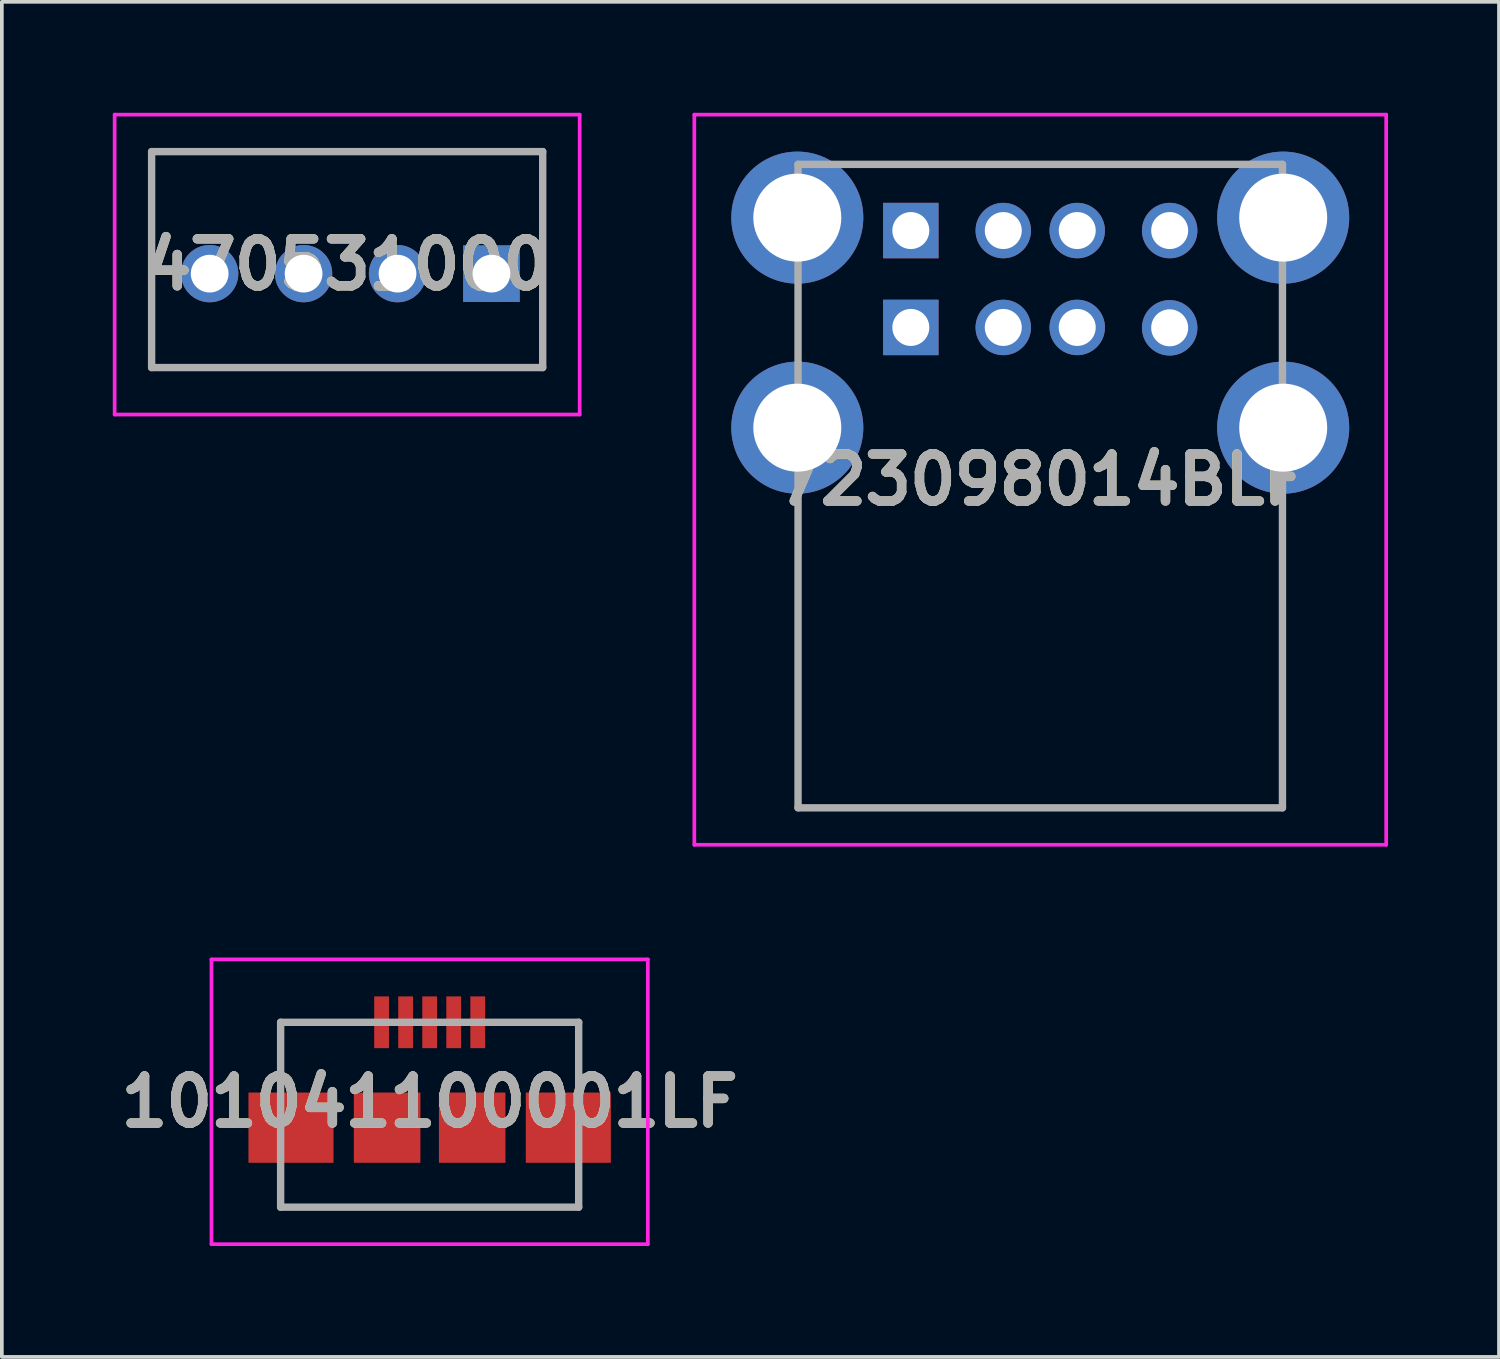
<source format=kicad_pcb>
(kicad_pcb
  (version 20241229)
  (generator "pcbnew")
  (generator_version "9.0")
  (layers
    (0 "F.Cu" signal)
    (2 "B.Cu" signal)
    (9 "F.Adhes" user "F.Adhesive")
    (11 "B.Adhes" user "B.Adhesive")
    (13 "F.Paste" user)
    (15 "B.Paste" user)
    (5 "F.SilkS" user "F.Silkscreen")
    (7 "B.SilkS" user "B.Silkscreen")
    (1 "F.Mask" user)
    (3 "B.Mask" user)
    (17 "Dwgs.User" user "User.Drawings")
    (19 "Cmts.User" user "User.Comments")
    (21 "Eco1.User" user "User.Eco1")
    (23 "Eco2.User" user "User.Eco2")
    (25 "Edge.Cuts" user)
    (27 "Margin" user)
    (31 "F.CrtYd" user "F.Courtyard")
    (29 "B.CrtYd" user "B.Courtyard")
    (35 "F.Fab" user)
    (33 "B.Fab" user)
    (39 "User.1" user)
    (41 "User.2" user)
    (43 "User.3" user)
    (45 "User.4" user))
  (footprint "723098014BLF"
    (layer "F.Cu")
    (at 21.581 3.185)
    (property "Reference" "723098014BLF" (at 3.5 6.738 0) (layer "F.SilkS") (effects (font (size 1.27 1.27) (thickness 0.254))))
    (attr through_hole)
    (fp_line (start -3.07 8.11) (end -3.07 15.61) (stroke (width 0.1) (type solid)) (layer "F.SilkS"))
    (fp_line (start -3.07 15.61) (end 10.07 15.61) (stroke (width 0.1) (type solid)) (layer "F.SilkS"))
    (fp_line (start -1 -1.79) (end 8 -1.79) (stroke (width 0.1) (type solid)) (layer "F.SilkS"))
    (fp_line (start 10.07 15.61) (end 10.07 8.11) (stroke (width 0.1) (type solid)) (layer "F.SilkS"))
    (fp_line (start -5.855 -3.135) (end 12.855 -3.135) (stroke (width 0.1) (type solid)) (layer "F.CrtYd"))
    (fp_line (start -5.855 16.61) (end -5.855 -3.135) (stroke (width 0.1) (type solid)) (layer "F.CrtYd"))
    (fp_line (start 12.855 -3.135) (end 12.855 16.61) (stroke (width 0.1) (type solid)) (layer "F.CrtYd"))
    (fp_line (start 12.855 16.61) (end -5.855 16.61) (stroke (width 0.1) (type solid)) (layer "F.CrtYd"))
    (fp_line (start -3.05 -1.79) (end -3.05 15.61) (stroke (width 0.2) (type solid)) (layer "F.Fab"))
    (fp_line (start -3.05 15.61) (end 10.05 15.61) (stroke (width 0.2) (type solid)) (layer "F.Fab"))
    (fp_line (start 10.05 -1.79) (end -3.05 -1.79) (stroke (width 0.2) (type solid)) (layer "F.Fab"))
    (fp_line (start 10.05 15.61) (end 10.05 -1.79) (stroke (width 0.2) (type solid)) (layer "F.Fab"))
    (fp_text user "${REFERENCE}" (at 3.5 6.738 0) (layer "F.Fab") (effects (font (size 1.27 1.27) (thickness 0.254))))
    (pad "A1" thru_hole rect (at 0 0) (size 1.5 1.5) (drill 1) (layers "*.Cu" "*.Mask"))
    (pad "A2" thru_hole circle (at 2.5 0) (size 1.5 1.5) (drill 1) (layers "*.Cu" "*.Mask"))
    (pad "A3" thru_hole circle (at 4.5 0) (size 1.5 1.5) (drill 1) (layers "*.Cu" "*.Mask"))
    (pad "A4" thru_hole circle (at 7 0) (size 1.5 1.5) (drill 1) (layers "*.Cu" "*.Mask"))
    (pad "B1" thru_hole rect (at 0 2.62) (size 1.5 1.5) (drill 1) (layers "*.Cu" "*.Mask"))
    (pad "B2" thru_hole circle (at 2.5 2.62) (size 1.5 1.5) (drill 1) (layers "*.Cu" "*.Mask"))
    (pad "B3" thru_hole circle (at 4.5 2.62) (size 1.5 1.5) (drill 1) (layers "*.Cu" "*.Mask"))
    (pad "B4" thru_hole circle (at 7 2.63) (size 1.5 1.5) (drill 1) (layers "*.Cu" "*.Mask"))
    (pad "MH1" thru_hole circle (at -3.07 5.33) (size 3.57 3.57) (drill 2.38) (layers "*.Cu" "*.Mask"))
    (pad "MH2" thru_hole circle (at 10.07 5.33) (size 3.57 3.57) (drill 2.38) (layers "*.Cu" "*.Mask"))
    (pad "MH3" thru_hole circle (at 10.07 -0.35) (size 3.57 3.57) (drill 2.38) (layers "*.Cu" "*.Mask"))
    (pad "MH4" thru_hole circle (at -3.07 -0.35) (size 3.57 3.57) (drill 2.38) (layers "*.Cu" "*.Mask")))
  (footprint "470531000"
    (layer "F.Cu")
    (at 10.24 4.35)
    (property "Reference" "470531000" (at -3.902 -0.245 0) (layer "F.SilkS") (effects (font (size 1.27 1.27) (thickness 0.254))))
    (attr through_hole)
    (fp_line (start -9.19 -3.3) (end 1.386 -3.3) (stroke (width 0.1) (type solid)) (layer "F.SilkS"))
    (fp_line (start -9.19 2.54) (end -9.19 -3.3) (stroke (width 0.1) (type solid)) (layer "F.SilkS"))
    (fp_line (start -9.19 2.54) (end -6.293 2.54) (stroke (width 0.1) (type solid)) (layer "F.SilkS"))
    (fp_line (start 1.386 -3.3) (end 1.386 2.54) (stroke (width 0.1) (type solid)) (layer "F.SilkS"))
    (fp_line (start 1.386 2.54) (end -3.902 2.54) (stroke (width 0.1) (type solid)) (layer "F.SilkS"))
    (fp_line (start -10.19 -4.3) (end 2.386 -4.3) (stroke (width 0.1) (type solid)) (layer "F.CrtYd"))
    (fp_line (start -10.19 3.81) (end -10.19 -4.3) (stroke (width 0.1) (type solid)) (layer "F.CrtYd"))
    (fp_line (start 2.386 -4.3) (end 2.386 3.81) (stroke (width 0.1) (type solid)) (layer "F.CrtYd"))
    (fp_line (start 2.386 3.81) (end -10.19 3.81) (stroke (width 0.1) (type solid)) (layer "F.CrtYd"))
    (fp_line (start -9.19 -3.3) (end 1.386 -3.3) (stroke (width 0.2) (type solid)) (layer "F.Fab"))
    (fp_line (start -9.19 2.54) (end -9.19 -3.3) (stroke (width 0.2) (type solid)) (layer "F.Fab"))
    (fp_line (start 1.386 -3.3) (end 1.386 2.54) (stroke (width 0.2) (type solid)) (layer "F.Fab"))
    (fp_line (start 1.386 2.54) (end -9.19 2.54) (stroke (width 0.2) (type solid)) (layer "F.Fab"))
    (fp_text user "${REFERENCE}" (at -3.902 -0.245 0) (layer "F.Fab") (effects (font (size 1.27 1.27) (thickness 0.254))))
    (pad "" np_thru_hole circle (at -5.08 2.16) (size 0.001 0.001) (drill 1.3) (layers "*.Cu" "*.Mask"))
    (pad "1" thru_hole rect (at 0 0) (size 1.53 1.53) (drill 1.02) (layers "*.Cu" "*.Mask"))
    (pad "2" thru_hole circle (at -2.54 0) (size 1.55 1.55) (drill 1.02) (layers "*.Cu" "*.Mask"))
    (pad "3" thru_hole circle (at -5.08 0) (size 1.55 1.55) (drill 1.02) (layers "*.Cu" "*.Mask"))
    (pad "4" thru_hole circle (at -7.62 0) (size 1.55 1.55) (drill 1.02) (layers "*.Cu" "*.Mask")))
  (footprint "101041100001LF"
    (layer "F.Cu")
    (at 8.569 26.745)
    (property "Reference" "101041100001LF" (at 0 0 0) (layer "F.SilkS") (effects (font (size 1.27 1.27) (thickness 0.254))))
    (attr smd)
    (fp_line (start -4.03 -2.15) (end -2 -2.15) (stroke (width 0.1) (type solid)) (layer "F.SilkS"))
    (fp_line (start -4.03 -0.65) (end -4.03 -2.15) (stroke (width 0.1) (type solid)) (layer "F.SilkS"))
    (fp_line (start -4.03 2.35) (end -4 2.85) (stroke (width 0.1) (type solid)) (layer "F.SilkS"))
    (fp_line (start -4 2.85) (end 4.03 2.85) (stroke (width 0.1) (type solid)) (layer "F.SilkS"))
    (fp_line (start 2 -2.15) (end 4 -2.15) (stroke (width 0.1) (type solid)) (layer "F.SilkS"))
    (fp_line (start 4 -2.15) (end 4.03 -0.65) (stroke (width 0.1) (type solid)) (layer "F.SilkS"))
    (fp_line (start 4.03 2.85) (end 4.03 2.35) (stroke (width 0.1) (type solid)) (layer "F.SilkS"))
    (fp_line (start -5.9 -3.85) (end 5.9 -3.85) (stroke (width 0.1) (type solid)) (layer "F.CrtYd"))
    (fp_line (start -5.9 3.85) (end -5.9 -3.85) (stroke (width 0.1) (type solid)) (layer "F.CrtYd"))
    (fp_line (start 5.9 -3.85) (end 5.9 3.85) (stroke (width 0.1) (type solid)) (layer "F.CrtYd"))
    (fp_line (start 5.9 3.85) (end -5.9 3.85) (stroke (width 0.1) (type solid)) (layer "F.CrtYd"))
    (fp_line (start -4.03 -2.15) (end 4.03 -2.15) (stroke (width 0.2) (type solid)) (layer "F.Fab"))
    (fp_line (start -4.03 2.85) (end -4.03 -2.15) (stroke (width 0.2) (type solid)) (layer "F.Fab"))
    (fp_line (start 4.03 -2.15) (end 4.03 2.85) (stroke (width 0.2) (type solid)) (layer "F.Fab"))
    (fp_line (start 4.03 2.85) (end -4.03 2.85) (stroke (width 0.2) (type solid)) (layer "F.Fab"))
    (fp_text user "${REFERENCE}" (at 0 0 0) (layer "F.Fab") (effects (font (size 1.27 1.27) (thickness 0.254))))
    (pad "1" smd rect (at -1.3 -2.15) (size 0.4 1.4) (layers "F.Cu" "F.Mask" "F.Paste"))
    (pad "2" smd rect (at -0.65 -2.15) (size 0.4 1.4) (layers "F.Cu" "F.Mask" "F.Paste"))
    (pad "3" smd rect (at 0 -2.15) (size 0.4 1.4) (layers "F.Cu" "F.Mask" "F.Paste"))
    (pad "4" smd rect (at 0.65 -2.15) (size 0.4 1.4) (layers "F.Cu" "F.Mask" "F.Paste"))
    (pad "5" smd rect (at 1.3 -2.15) (size 0.4 1.4) (layers "F.Cu" "F.Mask" "F.Paste"))
    (pad "MP1" smd rect (at -3.75 0.7 90) (size 1.9 2.3) (layers "F.Cu" "F.Mask" "F.Paste"))
    (pad "MP2" smd rect (at -1.15 0.7) (size 1.8 1.9) (layers "F.Cu" "F.Mask" "F.Paste"))
    (pad "MP3" smd rect (at 1.15 0.7) (size 1.8 1.9) (layers "F.Cu" "F.Mask" "F.Paste"))
    (pad "MP4" smd rect (at 3.75 0.7 90) (size 1.9 2.3) (layers "F.Cu" "F.Mask" "F.Paste")))
  (gr_rect
    (start -3 -3)
    (end 37.486 33.645)
    (stroke (width 0.1) (type default))
    (fill no)
    (layer "Edge.Cuts")))
</source>
